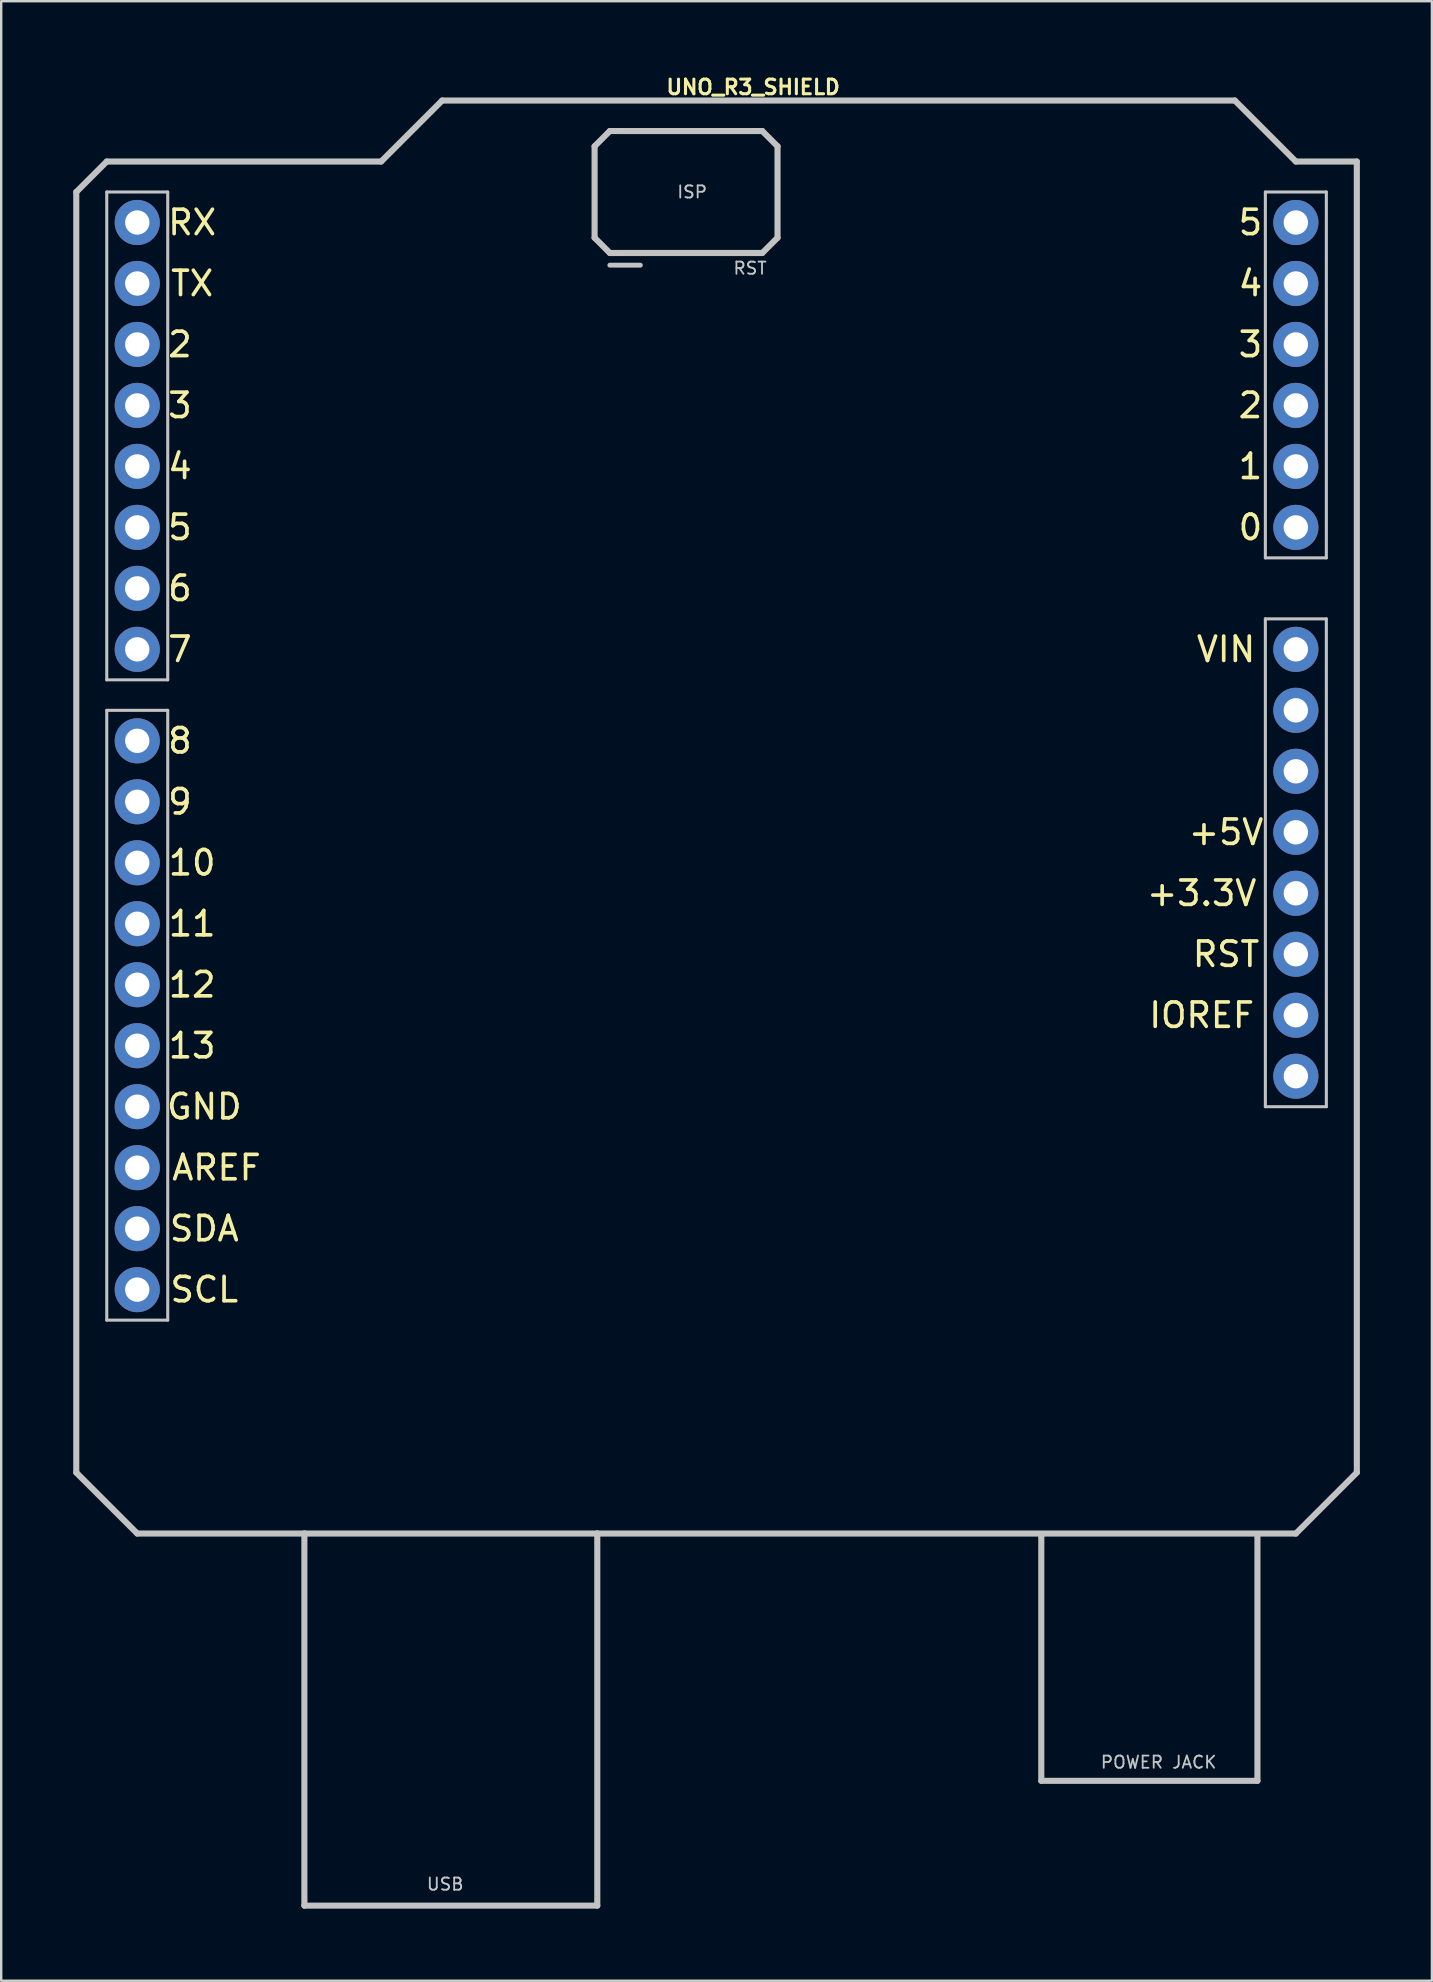
<source format=kicad_pcb>
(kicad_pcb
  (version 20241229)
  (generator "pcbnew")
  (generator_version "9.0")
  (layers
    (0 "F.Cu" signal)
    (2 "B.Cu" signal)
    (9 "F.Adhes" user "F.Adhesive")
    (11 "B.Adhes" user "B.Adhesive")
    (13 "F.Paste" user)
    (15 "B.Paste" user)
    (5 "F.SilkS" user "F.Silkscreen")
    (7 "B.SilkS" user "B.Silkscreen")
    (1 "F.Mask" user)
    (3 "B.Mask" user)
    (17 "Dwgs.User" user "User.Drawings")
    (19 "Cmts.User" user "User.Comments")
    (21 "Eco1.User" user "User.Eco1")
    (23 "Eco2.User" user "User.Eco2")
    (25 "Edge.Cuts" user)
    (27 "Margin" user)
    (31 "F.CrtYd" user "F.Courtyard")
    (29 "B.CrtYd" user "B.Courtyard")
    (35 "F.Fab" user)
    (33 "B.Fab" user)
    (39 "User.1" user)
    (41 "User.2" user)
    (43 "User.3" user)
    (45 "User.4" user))
  (footprint "UNO_R3_SHIELD"
    (layer "F.Cu")
    (at 26.797 31.618)
    (property "Reference" "UNO_R3_SHIELD" (at 1.524 -31.039 0) (layer "F.SilkS") (effects (font (size 0.61 0.61) (thickness 0.127))))
    (attr exclude_from_pos_files exclude_from_bom)
    (fp_line (start -26.67 -26.67) (end -26.67 26.67) (stroke (width 0.254) (type solid)) (layer "Dwgs.User"))
    (fp_line (start -26.67 26.67) (end -24.13 29.21) (stroke (width 0.254) (type solid)) (layer "Dwgs.User"))
    (fp_line (start -25.4 -27.94) (end -26.67 -26.67) (stroke (width 0.254) (type solid)) (layer "Dwgs.User"))
    (fp_line (start -25.4 -26.67) (end -22.86 -26.67) (stroke (width 0.127) (type solid)) (layer "Dwgs.User"))
    (fp_line (start -25.4 -6.35) (end -25.4 -26.67) (stroke (width 0.127) (type solid)) (layer "Dwgs.User"))
    (fp_line (start -25.4 -5.08) (end -22.86 -5.08) (stroke (width 0.127) (type solid)) (layer "Dwgs.User"))
    (fp_line (start -25.4 20.32) (end -25.4 -5.08) (stroke (width 0.127) (type solid)) (layer "Dwgs.User"))
    (fp_line (start -24.13 29.21) (end -17.168 29.21) (stroke (width 0.254) (type solid)) (layer "Dwgs.User"))
    (fp_line (start -22.86 -26.67) (end -22.86 -6.35) (stroke (width 0.127) (type solid)) (layer "Dwgs.User"))
    (fp_line (start -22.86 -6.35) (end -25.4 -6.35) (stroke (width 0.127) (type solid)) (layer "Dwgs.User"))
    (fp_line (start -22.86 -5.08) (end -22.86 20.32) (stroke (width 0.127) (type solid)) (layer "Dwgs.User"))
    (fp_line (start -22.86 20.32) (end -25.4 20.32) (stroke (width 0.127) (type solid)) (layer "Dwgs.User"))
    (fp_line (start -17.168 29.21) (end -4.968 29.21) (stroke (width 0.254) (type solid)) (layer "Dwgs.User"))
    (fp_line (start -17.168 44.709) (end -17.168 29.21) (stroke (width 0.254) (type solid)) (layer "Dwgs.User"))
    (fp_line (start -17.168 44.709) (end -4.968 44.709) (stroke (width 0.254) (type solid)) (layer "Dwgs.User"))
    (fp_line (start -13.97 -27.94) (end -25.4 -27.94) (stroke (width 0.254) (type solid)) (layer "Dwgs.User"))
    (fp_line (start -11.43 -30.48) (end -13.97 -27.94) (stroke (width 0.254) (type solid)) (layer "Dwgs.User"))
    (fp_line (start -5.08 -28.575) (end -4.445 -29.21) (stroke (width 0.254) (type solid)) (layer "Dwgs.User"))
    (fp_line (start -5.08 -24.765) (end -5.08 -28.575) (stroke (width 0.254) (type solid)) (layer "Dwgs.User"))
    (fp_line (start -4.968 29.21) (end 24.13 29.21) (stroke (width 0.254) (type solid)) (layer "Dwgs.User"))
    (fp_line (start -4.968 44.709) (end -4.968 29.21) (stroke (width 0.254) (type solid)) (layer "Dwgs.User"))
    (fp_line (start -4.445 -29.21) (end 1.905 -29.21) (stroke (width 0.254) (type solid)) (layer "Dwgs.User"))
    (fp_line (start -4.445 -24.13) (end -5.08 -24.765) (stroke (width 0.254) (type solid)) (layer "Dwgs.User"))
    (fp_line (start -3.175 -23.622) (end -4.445 -23.622) (stroke (width 0.203) (type solid)) (layer "Dwgs.User"))
    (fp_line (start 1.905 -29.21) (end 2.54 -28.575) (stroke (width 0.254) (type solid)) (layer "Dwgs.User"))
    (fp_line (start 1.905 -24.13) (end -4.445 -24.13) (stroke (width 0.254) (type solid)) (layer "Dwgs.User"))
    (fp_line (start 2.54 -28.575) (end 2.54 -24.765) (stroke (width 0.254) (type solid)) (layer "Dwgs.User"))
    (fp_line (start 2.54 -24.765) (end 1.905 -24.13) (stroke (width 0.254) (type solid)) (layer "Dwgs.User"))
    (fp_line (start 13.528 39.51) (end 13.528 29.309) (stroke (width 0.254) (type solid)) (layer "Dwgs.User"))
    (fp_line (start 13.528 39.51) (end 22.53 39.51) (stroke (width 0.254) (type solid)) (layer "Dwgs.User"))
    (fp_line (start 21.59 -30.48) (end -11.43 -30.48) (stroke (width 0.254) (type solid)) (layer "Dwgs.User"))
    (fp_line (start 22.53 39.51) (end 22.53 29.309) (stroke (width 0.254) (type solid)) (layer "Dwgs.User"))
    (fp_line (start 22.86 -26.67) (end 25.4 -26.67) (stroke (width 0.127) (type solid)) (layer "Dwgs.User"))
    (fp_line (start 22.86 -11.43) (end 22.86 -26.67) (stroke (width 0.127) (type solid)) (layer "Dwgs.User"))
    (fp_line (start 22.86 -8.89) (end 22.86 11.43) (stroke (width 0.127) (type solid)) (layer "Dwgs.User"))
    (fp_line (start 22.86 11.43) (end 25.4 11.43) (stroke (width 0.127) (type solid)) (layer "Dwgs.User"))
    (fp_line (start 24.13 -27.94) (end 21.59 -30.48) (stroke (width 0.254) (type solid)) (layer "Dwgs.User"))
    (fp_line (start 24.13 29.21) (end 26.67 26.67) (stroke (width 0.254) (type solid)) (layer "Dwgs.User"))
    (fp_line (start 25.4 -26.67) (end 25.4 -11.43) (stroke (width 0.127) (type solid)) (layer "Dwgs.User"))
    (fp_line (start 25.4 -11.43) (end 22.86 -11.43) (stroke (width 0.127) (type solid)) (layer "Dwgs.User"))
    (fp_line (start 25.4 -8.89) (end 22.86 -8.89) (stroke (width 0.127) (type solid)) (layer "Dwgs.User"))
    (fp_line (start 25.4 11.43) (end 25.4 -8.89) (stroke (width 0.127) (type solid)) (layer "Dwgs.User"))
    (fp_line (start 26.67 -27.94) (end 24.13 -27.94) (stroke (width 0.254) (type solid)) (layer "Dwgs.User"))
    (fp_line (start 26.67 26.67) (end 26.67 -27.94) (stroke (width 0.254) (type solid)) (layer "Dwgs.User"))
    (fp_text user "+3.3V" (at 20.206 2.54 180) (layer "F.SilkS") (effects (font (size 1.016 1.016) (thickness 0.152))))
    (fp_text user "+5V" (at 21.222 0 180) (layer "F.SilkS") (effects (font (size 1.016 1.016) (thickness 0.152))))
    (fp_text user "IOREF" (at 20.206 7.62 180) (layer "F.SilkS") (effects (font (size 1.016 1.016) (thickness 0.152))))
    (fp_text user "3" (at 22.238 -20.32 180) (layer "F.SilkS") (effects (font (size 1.016 1.016) (thickness 0.152))))
    (fp_text user "4" (at 22.238 -22.86 180) (layer "F.SilkS") (effects (font (size 1.016 1.016) (thickness 0.152))))
    (fp_text user "AREF" (at -20.828 13.97 0) (layer "F.SilkS") (effects (font (size 1.016 1.016) (thickness 0.152))))
    (fp_text user "RX" (at -21.844 -25.4 0) (layer "F.SilkS") (effects (font (size 1.016 1.016) (thickness 0.152))))
    (fp_text user "2" (at -22.352 -20.32 0) (layer "F.SilkS") (effects (font (size 1.016 1.016) (thickness 0.152))))
    (fp_text user "SDA" (at -21.336 16.51 0) (layer "F.SilkS") (effects (font (size 1.016 1.016) (thickness 0.152))))
    (fp_text user "RST" (at 21.222 5.08 180) (layer "F.SilkS") (effects (font (size 1.016 1.016) (thickness 0.152))))
    (fp_text user "VIN" (at 21.222 -7.62 180) (layer "F.SilkS") (effects (font (size 1.016 1.016) (thickness 0.152))))
    (fp_text user "8" (at -22.352 -3.81 0) (layer "F.SilkS") (effects (font (size 1.016 1.016) (thickness 0.152))))
    (fp_text user "0" (at 22.238 -12.7 180) (layer "F.SilkS") (effects (font (size 1.016 1.016) (thickness 0.152))))
    (fp_text user "11" (at -21.844 3.81 0) (layer "F.SilkS") (effects (font (size 1.016 1.016) (thickness 0.152))))
    (fp_text user "9" (at -22.352 -1.27 0) (layer "F.SilkS") (effects (font (size 1.016 1.016) (thickness 0.152))))
    (fp_text user "1" (at 22.238 -15.24 180) (layer "F.SilkS") (effects (font (size 1.016 1.016) (thickness 0.152))))
    (fp_text user "7" (at -22.352 -7.62 0) (layer "F.SilkS") (effects (font (size 1.016 1.016) (thickness 0.152))))
    (fp_text user "12" (at -21.844 6.35 0) (layer "F.SilkS") (effects (font (size 1.016 1.016) (thickness 0.152))))
    (fp_text user "4" (at -22.352 -15.24 0) (layer "F.SilkS") (effects (font (size 1.016 1.016) (thickness 0.152))))
    (fp_text user "3" (at -22.352 -17.78 0) (layer "F.SilkS") (effects (font (size 1.016 1.016) (thickness 0.152))))
    (fp_text user "5" (at -22.352 -12.7 0) (layer "F.SilkS") (effects (font (size 1.016 1.016) (thickness 0.152))))
    (fp_text user "2" (at 22.238 -17.78 180) (layer "F.SilkS") (effects (font (size 1.016 1.016) (thickness 0.152))))
    (fp_text user "TX" (at -21.844 -22.86 0) (layer "F.SilkS") (effects (font (size 1.016 1.016) (thickness 0.152))))
    (fp_text user "5" (at 22.238 -25.4 180) (layer "F.SilkS") (effects (font (size 1.016 1.016) (thickness 0.152))))
    (fp_text user "13" (at -21.844 8.89 0) (layer "F.SilkS") (effects (font (size 1.016 1.016) (thickness 0.152))))
    (fp_text user "10" (at -21.844 1.27 0) (layer "F.SilkS") (effects (font (size 1.016 1.016) (thickness 0.152))))
    (fp_text user "GND" (at -21.336 11.43 0) (layer "F.SilkS") (effects (font (size 1.016 1.016) (thickness 0.152))))
    (fp_text user "SCL" (at -21.336 19.05 0) (layer "F.SilkS") (effects (font (size 1.016 1.016) (thickness 0.152))))
    (fp_text user "6" (at -22.352 -10.16 0) (layer "F.SilkS") (effects (font (size 1.016 1.016) (thickness 0.152))))
    (fp_text user "ISP" (at -1.016 -26.67 0) (layer "Dwgs.User") (effects (font (size 0.508 0.508) (thickness 0.076))))
    (fp_text user "RST" (at 1.397 -23.495 0) (layer "Dwgs.User") (effects (font (size 0.508 0.508) (thickness 0.076))))
    (fp_text user "USB" (at -11.303 43.815 0) (layer "Dwgs.User") (effects (font (size 0.508 0.508) (thickness 0.076))))
    (fp_text user "POWER JACK" (at 18.415 38.735 0) (layer "Dwgs.User") (effects (font (size 0.508 0.508) (thickness 0.076))))
    (pad "3.3V" thru_hole circle (at 24.13 2.54) (size 1.88 1.88) (drill 1.016) (layers "*.Cu" "*.Paste" "*.Mask"))
    (pad "5V" thru_hole circle (at 24.13 0) (size 1.88 1.88) (drill 1.016) (layers "*.Cu" "*.Paste" "*.Mask"))
    (pad "A0" thru_hole circle (at 24.13 -12.7) (size 1.88 1.88) (drill 1.016) (layers "*.Cu" "*.Paste" "*.Mask"))
    (pad "A1" thru_hole circle (at 24.13 -15.24) (size 1.88 1.88) (drill 1.016) (layers "*.Cu" "*.Paste" "*.Mask"))
    (pad "A2" thru_hole circle (at 24.13 -17.78) (size 1.88 1.88) (drill 1.016) (layers "*.Cu" "*.Paste" "*.Mask"))
    (pad "A3" thru_hole circle (at 24.13 -20.32) (size 1.88 1.88) (drill 1.016) (layers "*.Cu" "*.Paste" "*.Mask"))
    (pad "A4" thru_hole circle (at 24.13 -22.86) (size 1.88 1.88) (drill 1.016) (layers "*.Cu" "*.Paste" "*.Mask"))
    (pad "A5" thru_hole circle (at 24.13 -25.4) (size 1.88 1.88) (drill 1.016) (layers "*.Cu" "*.Paste" "*.Mask"))
    (pad "AREF" thru_hole circle (at -24.13 13.97) (size 1.88 1.88) (drill 1.016) (layers "*.Cu" "*.Paste" "*.Mask"))
    (pad "D2" thru_hole circle (at -24.13 -20.32) (size 1.88 1.88) (drill 1.016) (layers "*.Cu" "*.Paste" "*.Mask"))
    (pad "D3" thru_hole circle (at -24.13 -17.78) (size 1.88 1.88) (drill 1.016) (layers "*.Cu" "*.Paste" "*.Mask"))
    (pad "D4" thru_hole circle (at -24.13 -15.24) (size 1.88 1.88) (drill 1.016) (layers "*.Cu" "*.Paste" "*.Mask"))
    (pad "D5" thru_hole circle (at -24.13 -12.7) (size 1.88 1.88) (drill 1.016) (layers "*.Cu" "*.Paste" "*.Mask"))
    (pad "D6" thru_hole circle (at -24.13 -10.16) (size 1.88 1.88) (drill 1.016) (layers "*.Cu" "*.Paste" "*.Mask"))
    (pad "D7" thru_hole circle (at -24.13 -7.62) (size 1.88 1.88) (drill 1.016) (layers "*.Cu" "*.Paste" "*.Mask"))
    (pad "D8" thru_hole circle (at -24.13 -3.81) (size 1.88 1.88) (drill 1.016) (layers "*.Cu" "*.Paste" "*.Mask"))
    (pad "D9" thru_hole circle (at -24.13 -1.27) (size 1.88 1.88) (drill 1.016) (layers "*.Cu" "*.Paste" "*.Mask"))
    (pad "D10" thru_hole circle (at -24.13 1.27) (size 1.88 1.88) (drill 1.016) (layers "*.Cu" "*.Paste" "*.Mask"))
    (pad "D11" thru_hole circle (at -24.13 3.81) (size 1.88 1.88) (drill 1.016) (layers "*.Cu" "*.Paste" "*.Mask"))
    (pad "D12" thru_hole circle (at -24.13 6.35) (size 1.88 1.88) (drill 1.016) (layers "*.Cu" "*.Paste" "*.Mask"))
    (pad "D13" thru_hole circle (at -24.13 8.89) (size 1.88 1.88) (drill 1.016) (layers "*.Cu" "*.Paste" "*.Mask"))
    (pad "GND@" thru_hole circle (at -24.13 11.43) (size 1.88 1.88) (drill 1.016) (layers "*.Cu" "*.Paste" "*.Mask"))
    (pad "GND@" thru_hole circle (at 24.13 -5.08) (size 1.88 1.88) (drill 1.016) (layers "*.Cu" "*.Paste" "*.Mask"))
    (pad "GND@" thru_hole circle (at 24.13 -2.54) (size 1.88 1.88) (drill 1.016) (layers "*.Cu" "*.Paste" "*.Mask"))
    (pad "IORE" thru_hole circle (at 24.13 7.62) (size 1.88 1.88) (drill 1.016) (layers "*.Cu" "*.Paste" "*.Mask"))
    (pad "NC" thru_hole circle (at 24.13 10.16) (size 1.88 1.88) (drill 1.016) (layers "*.Cu" "*.Paste" "*.Mask"))
    (pad "RES" thru_hole circle (at 24.13 5.08) (size 1.88 1.88) (drill 1.016) (layers "*.Cu" "*.Paste" "*.Mask"))
    (pad "RX" thru_hole circle (at -24.13 -25.4) (size 1.88 1.88) (drill 1.016) (layers "*.Cu" "*.Paste" "*.Mask"))
    (pad "SCL" thru_hole circle (at -24.13 19.05) (size 1.88 1.88) (drill 1.016) (layers "*.Cu" "*.Paste" "*.Mask"))
    (pad "SDA" thru_hole circle (at -24.13 16.51) (size 1.88 1.88) (drill 1.016) (layers "*.Cu" "*.Paste" "*.Mask"))
    (pad "TX" thru_hole circle (at -24.13 -22.86) (size 1.88 1.88) (drill 1.016) (layers "*.Cu" "*.Paste" "*.Mask"))
    (pad "VIN" thru_hole circle (at 24.13 -7.62) (size 1.88 1.88) (drill 1.016) (layers "*.Cu" "*.Paste" "*.Mask")))
  (gr_rect
    (start -3 -3)
    (end 56.594 79.454)
    (stroke (width 0.1) (type default))
    (fill no)
    (layer "Edge.Cuts")))
</source>
